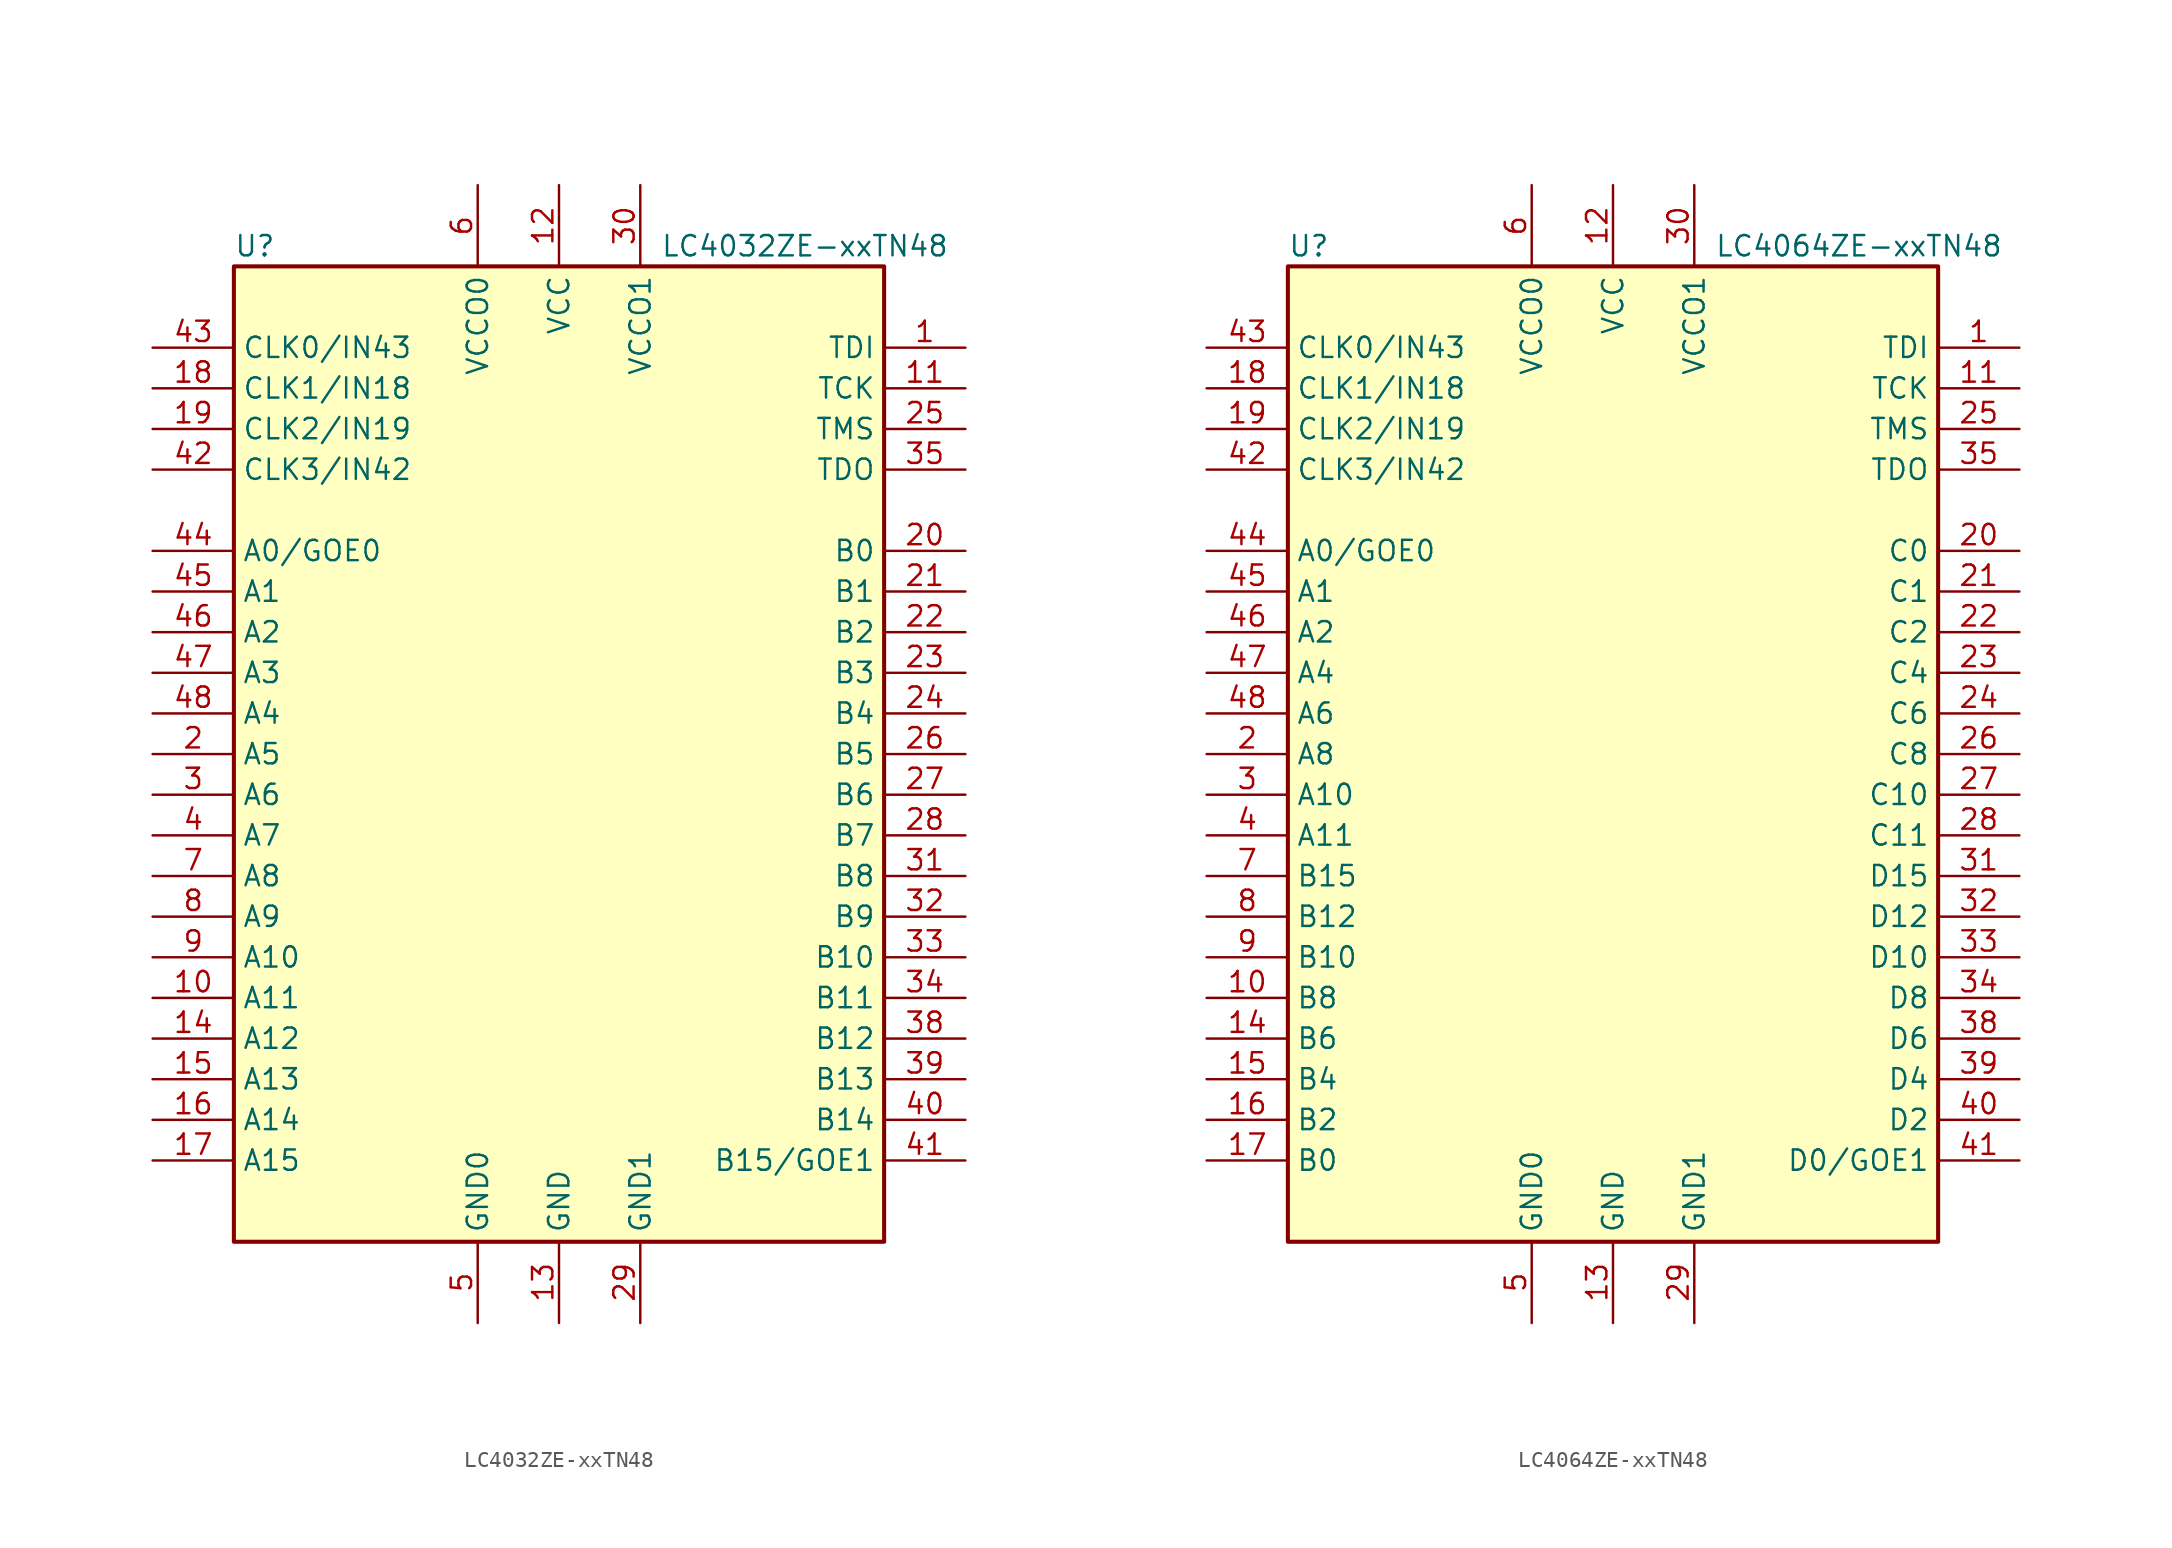
<source format=kicad_sym>
(kicad_symbol_lib
  (version 20210619)
  (generator kicad_symbol_editor)
  (symbol "Gekkio_CPLD_Lattice:LC4032ZE-xxTN48"
    (property "Reference" "U"
      (at -20.32 31.75 0)
      (effects (font (size 1.27 1.27)) (justify left)))
    (property "Value" "LC4032ZE-xxTN48"
      (at 6.35 31.75 0)
      (effects (font (size 1.27 1.27)) (justify left)))
    (symbol "LC4032ZE-xxTN48_0_1"
      (rectangle (start -20.32 30.48) (end 20.32 -30.48) (stroke (width 0.254)) (fill (type background))))
    (symbol "LC4032ZE-xxTN48_1_1"
      (pin input line (at 25.4 25.4 180) (length 5.08) (name "TDI" (effects (font (size 1.27 1.27)))) (number "1" (effects (font (size 1.27 1.27)))))
      (pin bidirectional line (at -25.4 -15.24 0) (length 5.08) (name "A11" (effects (font (size 1.27 1.27)))) (number "10" (effects (font (size 1.27 1.27)))))
      (pin input line (at 25.4 22.86 180) (length 5.08) (name "TCK" (effects (font (size 1.27 1.27)))) (number "11" (effects (font (size 1.27 1.27)))))
      (pin power_in line (at 0 35.56 270) (length 5.08) (name "VCC" (effects (font (size 1.27 1.27)))) (number "12" (effects (font (size 1.27 1.27)))))
      (pin power_in line (at 0 -35.56 90) (length 5.08) (name "GND" (effects (font (size 1.27 1.27)))) (number "13" (effects (font (size 1.27 1.27)))))
      (pin bidirectional line (at -25.4 -17.78 0) (length 5.08) (name "A12" (effects (font (size 1.27 1.27)))) (number "14" (effects (font (size 1.27 1.27)))))
      (pin bidirectional line (at -25.4 -20.32 0) (length 5.08) (name "A13" (effects (font (size 1.27 1.27)))) (number "15" (effects (font (size 1.27 1.27)))))
      (pin bidirectional line (at -25.4 -22.86 0) (length 5.08) (name "A14" (effects (font (size 1.27 1.27)))) (number "16" (effects (font (size 1.27 1.27)))))
      (pin bidirectional line (at -25.4 -25.4 0) (length 5.08) (name "A15" (effects (font (size 1.27 1.27)))) (number "17" (effects (font (size 1.27 1.27)))))
      (pin input line (at -25.4 22.86 0) (length 5.08) (name "CLK1/IN18" (effects (font (size 1.27 1.27)))) (number "18" (effects (font (size 1.27 1.27)))))
      (pin input line (at -25.4 20.32 0) (length 5.08) (name "CLK2/IN19" (effects (font (size 1.27 1.27)))) (number "19" (effects (font (size 1.27 1.27)))))
      (pin bidirectional line (at -25.4 0 0) (length 5.08) (name "A5" (effects (font (size 1.27 1.27)))) (number "2" (effects (font (size 1.27 1.27)))))
      (pin bidirectional line (at 25.4 12.7 180) (length 5.08) (name "B0" (effects (font (size 1.27 1.27)))) (number "20" (effects (font (size 1.27 1.27)))))
      (pin bidirectional line (at 25.4 10.16 180) (length 5.08) (name "B1" (effects (font (size 1.27 1.27)))) (number "21" (effects (font (size 1.27 1.27)))))
      (pin bidirectional line (at 25.4 7.62 180) (length 5.08) (name "B2" (effects (font (size 1.27 1.27)))) (number "22" (effects (font (size 1.27 1.27)))))
      (pin bidirectional line (at 25.4 5.08 180) (length 5.08) (name "B3" (effects (font (size 1.27 1.27)))) (number "23" (effects (font (size 1.27 1.27)))))
      (pin bidirectional line (at 25.4 2.54 180) (length 5.08) (name "B4" (effects (font (size 1.27 1.27)))) (number "24" (effects (font (size 1.27 1.27)))))
      (pin input line (at 25.4 20.32 180) (length 5.08) (name "TMS" (effects (font (size 1.27 1.27)))) (number "25" (effects (font (size 1.27 1.27)))))
      (pin bidirectional line (at 25.4 0 180) (length 5.08) (name "B5" (effects (font (size 1.27 1.27)))) (number "26" (effects (font (size 1.27 1.27)))))
      (pin bidirectional line (at 25.4 -2.54 180) (length 5.08) (name "B6" (effects (font (size 1.27 1.27)))) (number "27" (effects (font (size 1.27 1.27)))))
      (pin bidirectional line (at 25.4 -5.08 180) (length 5.08) (name "B7" (effects (font (size 1.27 1.27)))) (number "28" (effects (font (size 1.27 1.27)))))
      (pin power_in line (at 5.08 -35.56 90) (length 5.08) (name "GND1" (effects (font (size 1.27 1.27)))) (number "29" (effects (font (size 1.27 1.27)))))
      (pin bidirectional line (at -25.4 -2.54 0) (length 5.08) (name "A6" (effects (font (size 1.27 1.27)))) (number "3" (effects (font (size 1.27 1.27)))))
      (pin power_in line (at 5.08 35.56 270) (length 5.08) (name "VCCO1" (effects (font (size 1.27 1.27)))) (number "30" (effects (font (size 1.27 1.27)))))
      (pin bidirectional line (at 25.4 -7.62 180) (length 5.08) (name "B8" (effects (font (size 1.27 1.27)))) (number "31" (effects (font (size 1.27 1.27)))))
      (pin bidirectional line (at 25.4 -10.16 180) (length 5.08) (name "B9" (effects (font (size 1.27 1.27)))) (number "32" (effects (font (size 1.27 1.27)))))
      (pin bidirectional line (at 25.4 -12.7 180) (length 5.08) (name "B10" (effects (font (size 1.27 1.27)))) (number "33" (effects (font (size 1.27 1.27)))))
      (pin bidirectional line (at 25.4 -15.24 180) (length 5.08) (name "B11" (effects (font (size 1.27 1.27)))) (number "34" (effects (font (size 1.27 1.27)))))
      (pin output line (at 25.4 17.78 180) (length 5.08) (name "TDO" (effects (font (size 1.27 1.27)))) (number "35" (effects (font (size 1.27 1.27)))))
      (pin passive line (at 0 35.56 270) (length 5.08) hide (name "VCC" (effects (font (size 1.27 1.27)))) (number "36" (effects (font (size 1.27 1.27)))))
      (pin passive line (at 0 -35.56 90) (length 5.08) hide (name "GND" (effects (font (size 1.27 1.27)))) (number "37" (effects (font (size 1.27 1.27)))))
      (pin bidirectional line (at 25.4 -17.78 180) (length 5.08) (name "B12" (effects (font (size 1.27 1.27)))) (number "38" (effects (font (size 1.27 1.27)))))
      (pin bidirectional line (at 25.4 -20.32 180) (length 5.08) (name "B13" (effects (font (size 1.27 1.27)))) (number "39" (effects (font (size 1.27 1.27)))))
      (pin bidirectional line (at -25.4 -5.08 0) (length 5.08) (name "A7" (effects (font (size 1.27 1.27)))) (number "4" (effects (font (size 1.27 1.27)))))
      (pin bidirectional line (at 25.4 -22.86 180) (length 5.08) (name "B14" (effects (font (size 1.27 1.27)))) (number "40" (effects (font (size 1.27 1.27)))))
      (pin bidirectional line (at 25.4 -25.4 180) (length 5.08) (name "B15/GOE1" (effects (font (size 1.27 1.27)))) (number "41" (effects (font (size 1.27 1.27)))))
      (pin input line (at -25.4 17.78 0) (length 5.08) (name "CLK3/IN42" (effects (font (size 1.27 1.27)))) (number "42" (effects (font (size 1.27 1.27)))))
      (pin input line (at -25.4 25.4 0) (length 5.08) (name "CLK0/IN43" (effects (font (size 1.27 1.27)))) (number "43" (effects (font (size 1.27 1.27)))))
      (pin bidirectional line (at -25.4 12.7 0) (length 5.08) (name "A0/GOE0" (effects (font (size 1.27 1.27)))) (number "44" (effects (font (size 1.27 1.27)))))
      (pin bidirectional line (at -25.4 10.16 0) (length 5.08) (name "A1" (effects (font (size 1.27 1.27)))) (number "45" (effects (font (size 1.27 1.27)))))
      (pin bidirectional line (at -25.4 7.62 0) (length 5.08) (name "A2" (effects (font (size 1.27 1.27)))) (number "46" (effects (font (size 1.27 1.27)))))
      (pin bidirectional line (at -25.4 5.08 0) (length 5.08) (name "A3" (effects (font (size 1.27 1.27)))) (number "47" (effects (font (size 1.27 1.27)))))
      (pin bidirectional line (at -25.4 2.54 0) (length 5.08) (name "A4" (effects (font (size 1.27 1.27)))) (number "48" (effects (font (size 1.27 1.27)))))
      (pin power_in line (at -5.08 -35.56 90) (length 5.08) (name "GND0" (effects (font (size 1.27 1.27)))) (number "5" (effects (font (size 1.27 1.27)))))
      (pin power_in line (at -5.08 35.56 270) (length 5.08) (name "VCCO0" (effects (font (size 1.27 1.27)))) (number "6" (effects (font (size 1.27 1.27)))))
      (pin bidirectional line (at -25.4 -7.62 0) (length 5.08) (name "A8" (effects (font (size 1.27 1.27)))) (number "7" (effects (font (size 1.27 1.27)))))
      (pin bidirectional line (at -25.4 -10.16 0) (length 5.08) (name "A9" (effects (font (size 1.27 1.27)))) (number "8" (effects (font (size 1.27 1.27)))))
      (pin bidirectional line (at -25.4 -12.7 0) (length 5.08) (name "A10" (effects (font (size 1.27 1.27)))) (number "9" (effects (font (size 1.27 1.27)))))))
  (symbol "Gekkio_CPLD_Lattice:LC4064ZE-xxTN48"
    (property "Reference" "U"
      (at -20.32 31.75 0)
      (effects (font (size 1.27 1.27)) (justify left)))
    (property "Value" "LC4064ZE-xxTN48"
      (at 6.35 31.75 0)
      (effects (font (size 1.27 1.27)) (justify left)))
    (symbol "LC4064ZE-xxTN48_0_1"
      (rectangle (start -20.32 30.48) (end 20.32 -30.48) (stroke (width 0.254)) (fill (type background))))
    (symbol "LC4064ZE-xxTN48_1_1"
      (pin input line (at 25.4 25.4 180) (length 5.08) (name "TDI" (effects (font (size 1.27 1.27)))) (number "1" (effects (font (size 1.27 1.27)))))
      (pin bidirectional line (at -25.4 -15.24 0) (length 5.08) (name "B8" (effects (font (size 1.27 1.27)))) (number "10" (effects (font (size 1.27 1.27)))))
      (pin input line (at 25.4 22.86 180) (length 5.08) (name "TCK" (effects (font (size 1.27 1.27)))) (number "11" (effects (font (size 1.27 1.27)))))
      (pin power_in line (at 0 35.56 270) (length 5.08) (name "VCC" (effects (font (size 1.27 1.27)))) (number "12" (effects (font (size 1.27 1.27)))))
      (pin power_in line (at 0 -35.56 90) (length 5.08) (name "GND" (effects (font (size 1.27 1.27)))) (number "13" (effects (font (size 1.27 1.27)))))
      (pin bidirectional line (at -25.4 -17.78 0) (length 5.08) (name "B6" (effects (font (size 1.27 1.27)))) (number "14" (effects (font (size 1.27 1.27)))))
      (pin bidirectional line (at -25.4 -20.32 0) (length 5.08) (name "B4" (effects (font (size 1.27 1.27)))) (number "15" (effects (font (size 1.27 1.27)))))
      (pin bidirectional line (at -25.4 -22.86 0) (length 5.08) (name "B2" (effects (font (size 1.27 1.27)))) (number "16" (effects (font (size 1.27 1.27)))))
      (pin bidirectional line (at -25.4 -25.4 0) (length 5.08) (name "B0" (effects (font (size 1.27 1.27)))) (number "17" (effects (font (size 1.27 1.27)))))
      (pin input line (at -25.4 22.86 0) (length 5.08) (name "CLK1/IN18" (effects (font (size 1.27 1.27)))) (number "18" (effects (font (size 1.27 1.27)))))
      (pin input line (at -25.4 20.32 0) (length 5.08) (name "CLK2/IN19" (effects (font (size 1.27 1.27)))) (number "19" (effects (font (size 1.27 1.27)))))
      (pin bidirectional line (at -25.4 0 0) (length 5.08) (name "A8" (effects (font (size 1.27 1.27)))) (number "2" (effects (font (size 1.27 1.27)))))
      (pin bidirectional line (at 25.4 12.7 180) (length 5.08) (name "C0" (effects (font (size 1.27 1.27)))) (number "20" (effects (font (size 1.27 1.27)))))
      (pin bidirectional line (at 25.4 10.16 180) (length 5.08) (name "C1" (effects (font (size 1.27 1.27)))) (number "21" (effects (font (size 1.27 1.27)))))
      (pin bidirectional line (at 25.4 7.62 180) (length 5.08) (name "C2" (effects (font (size 1.27 1.27)))) (number "22" (effects (font (size 1.27 1.27)))))
      (pin bidirectional line (at 25.4 5.08 180) (length 5.08) (name "C4" (effects (font (size 1.27 1.27)))) (number "23" (effects (font (size 1.27 1.27)))))
      (pin bidirectional line (at 25.4 2.54 180) (length 5.08) (name "C6" (effects (font (size 1.27 1.27)))) (number "24" (effects (font (size 1.27 1.27)))))
      (pin input line (at 25.4 20.32 180) (length 5.08) (name "TMS" (effects (font (size 1.27 1.27)))) (number "25" (effects (font (size 1.27 1.27)))))
      (pin bidirectional line (at 25.4 0 180) (length 5.08) (name "C8" (effects (font (size 1.27 1.27)))) (number "26" (effects (font (size 1.27 1.27)))))
      (pin bidirectional line (at 25.4 -2.54 180) (length 5.08) (name "C10" (effects (font (size 1.27 1.27)))) (number "27" (effects (font (size 1.27 1.27)))))
      (pin bidirectional line (at 25.4 -5.08 180) (length 5.08) (name "C11" (effects (font (size 1.27 1.27)))) (number "28" (effects (font (size 1.27 1.27)))))
      (pin power_in line (at 5.08 -35.56 90) (length 5.08) (name "GND1" (effects (font (size 1.27 1.27)))) (number "29" (effects (font (size 1.27 1.27)))))
      (pin bidirectional line (at -25.4 -2.54 0) (length 5.08) (name "A10" (effects (font (size 1.27 1.27)))) (number "3" (effects (font (size 1.27 1.27)))))
      (pin power_in line (at 5.08 35.56 270) (length 5.08) (name "VCCO1" (effects (font (size 1.27 1.27)))) (number "30" (effects (font (size 1.27 1.27)))))
      (pin bidirectional line (at 25.4 -7.62 180) (length 5.08) (name "D15" (effects (font (size 1.27 1.27)))) (number "31" (effects (font (size 1.27 1.27)))))
      (pin bidirectional line (at 25.4 -10.16 180) (length 5.08) (name "D12" (effects (font (size 1.27 1.27)))) (number "32" (effects (font (size 1.27 1.27)))))
      (pin bidirectional line (at 25.4 -12.7 180) (length 5.08) (name "D10" (effects (font (size 1.27 1.27)))) (number "33" (effects (font (size 1.27 1.27)))))
      (pin bidirectional line (at 25.4 -15.24 180) (length 5.08) (name "D8" (effects (font (size 1.27 1.27)))) (number "34" (effects (font (size 1.27 1.27)))))
      (pin output line (at 25.4 17.78 180) (length 5.08) (name "TDO" (effects (font (size 1.27 1.27)))) (number "35" (effects (font (size 1.27 1.27)))))
      (pin passive line (at 0 35.56 270) (length 5.08) hide (name "VCC" (effects (font (size 1.27 1.27)))) (number "36" (effects (font (size 1.27 1.27)))))
      (pin passive line (at 0 -35.56 90) (length 5.08) hide (name "GND" (effects (font (size 1.27 1.27)))) (number "37" (effects (font (size 1.27 1.27)))))
      (pin bidirectional line (at 25.4 -17.78 180) (length 5.08) (name "D6" (effects (font (size 1.27 1.27)))) (number "38" (effects (font (size 1.27 1.27)))))
      (pin bidirectional line (at 25.4 -20.32 180) (length 5.08) (name "D4" (effects (font (size 1.27 1.27)))) (number "39" (effects (font (size 1.27 1.27)))))
      (pin bidirectional line (at -25.4 -5.08 0) (length 5.08) (name "A11" (effects (font (size 1.27 1.27)))) (number "4" (effects (font (size 1.27 1.27)))))
      (pin bidirectional line (at 25.4 -22.86 180) (length 5.08) (name "D2" (effects (font (size 1.27 1.27)))) (number "40" (effects (font (size 1.27 1.27)))))
      (pin bidirectional line (at 25.4 -25.4 180) (length 5.08) (name "D0/GOE1" (effects (font (size 1.27 1.27)))) (number "41" (effects (font (size 1.27 1.27)))))
      (pin input line (at -25.4 17.78 0) (length 5.08) (name "CLK3/IN42" (effects (font (size 1.27 1.27)))) (number "42" (effects (font (size 1.27 1.27)))))
      (pin input line (at -25.4 25.4 0) (length 5.08) (name "CLK0/IN43" (effects (font (size 1.27 1.27)))) (number "43" (effects (font (size 1.27 1.27)))))
      (pin bidirectional line (at -25.4 12.7 0) (length 5.08) (name "A0/GOE0" (effects (font (size 1.27 1.27)))) (number "44" (effects (font (size 1.27 1.27)))))
      (pin bidirectional line (at -25.4 10.16 0) (length 5.08) (name "A1" (effects (font (size 1.27 1.27)))) (number "45" (effects (font (size 1.27 1.27)))))
      (pin bidirectional line (at -25.4 7.62 0) (length 5.08) (name "A2" (effects (font (size 1.27 1.27)))) (number "46" (effects (font (size 1.27 1.27)))))
      (pin bidirectional line (at -25.4 5.08 0) (length 5.08) (name "A4" (effects (font (size 1.27 1.27)))) (number "47" (effects (font (size 1.27 1.27)))))
      (pin bidirectional line (at -25.4 2.54 0) (length 5.08) (name "A6" (effects (font (size 1.27 1.27)))) (number "48" (effects (font (size 1.27 1.27)))))
      (pin power_in line (at -5.08 -35.56 90) (length 5.08) (name "GND0" (effects (font (size 1.27 1.27)))) (number "5" (effects (font (size 1.27 1.27)))))
      (pin power_in line (at -5.08 35.56 270) (length 5.08) (name "VCCO0" (effects (font (size 1.27 1.27)))) (number "6" (effects (font (size 1.27 1.27)))))
      (pin bidirectional line (at -25.4 -7.62 0) (length 5.08) (name "B15" (effects (font (size 1.27 1.27)))) (number "7" (effects (font (size 1.27 1.27)))))
      (pin bidirectional line (at -25.4 -10.16 0) (length 5.08) (name "B12" (effects (font (size 1.27 1.27)))) (number "8" (effects (font (size 1.27 1.27)))))
      (pin bidirectional line (at -25.4 -12.7 0) (length 5.08) (name "B10" (effects (font (size 1.27 1.27)))) (number "9" (effects (font (size 1.27 1.27))))))))
</source>
